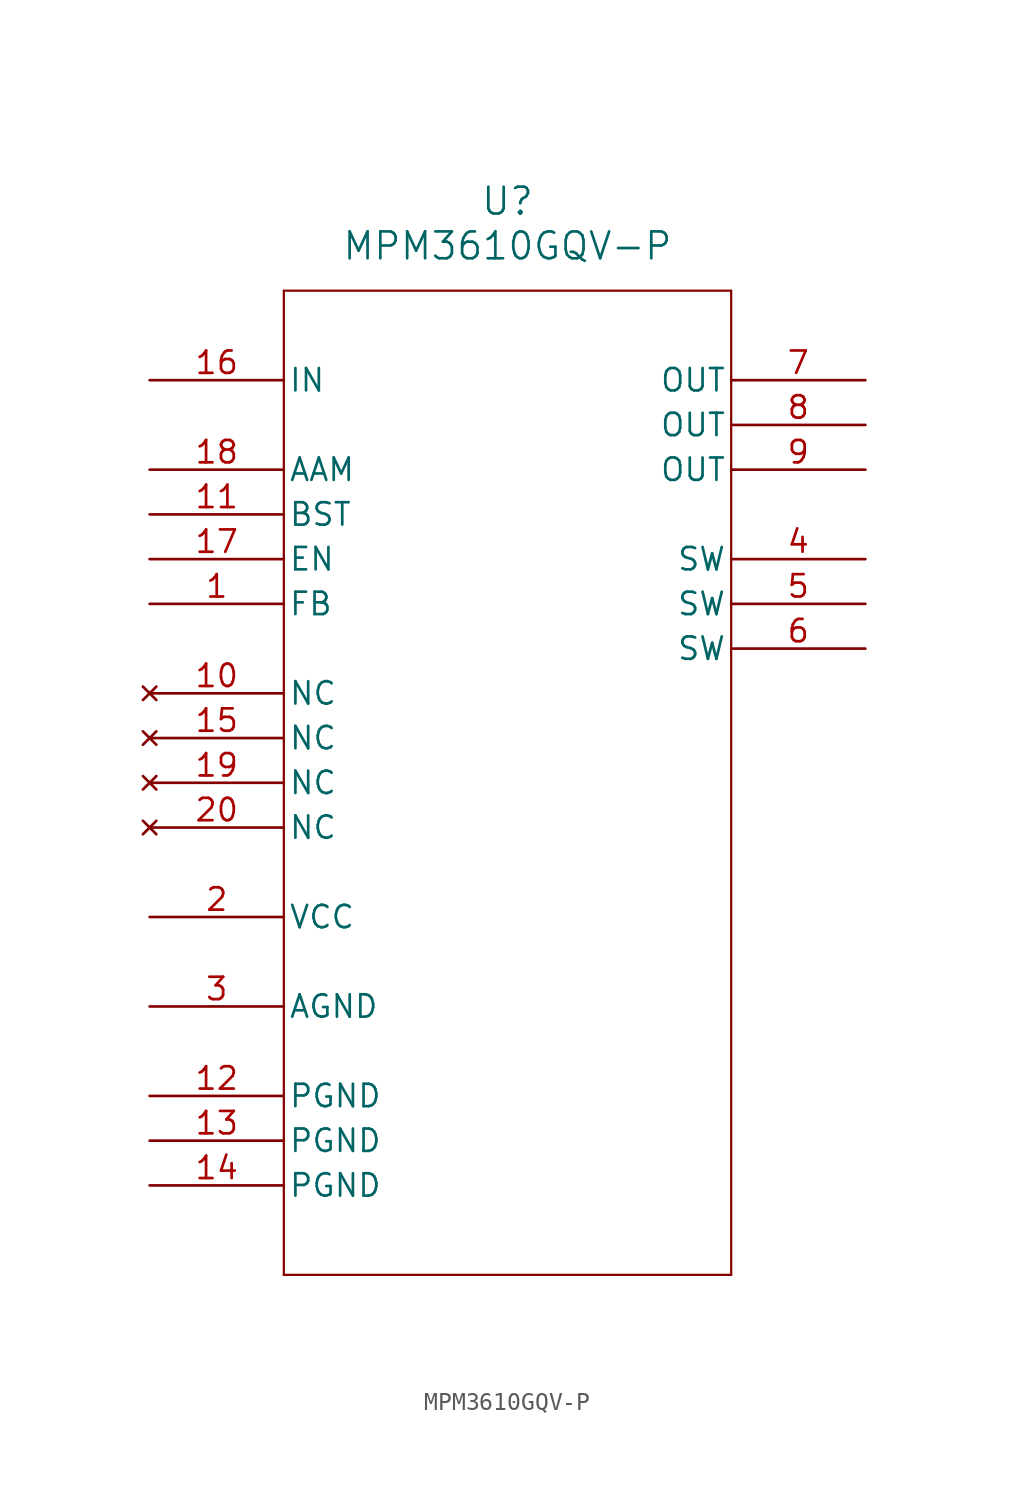
<source format=kicad_sym>
(kicad_symbol_lib
  (version 20211014)
  (generator kicad_symbol_editor)
  (symbol "MPM3610GQV-P"
    (pin_names
      (offset 0.254))
    (property "Reference" "U"
      (at 20.32 10.16 0)
      (effects (font (size 1.524 1.524))))
    (property "Value" "MPM3610GQV-P"
      (at 20.32 7.62 0)
      (effects (font (size 1.524 1.524))))
    (symbol "MPM3610GQV-P_0_1"
      (polyline (pts (xy 7.62 5.08) (xy 7.62 -50.8)) (stroke (width 0.127) (type default) (color 0 0 0 0)) (fill (type none)))
      (polyline (pts (xy 7.62 -50.8) (xy 33.02 -50.8)) (stroke (width 0.127) (type default) (color 0 0 0 0)) (fill (type none)))
      (polyline (pts (xy 33.02 -50.8) (xy 33.02 5.08)) (stroke (width 0.127) (type default) (color 0 0 0 0)) (fill (type none)))
      (polyline (pts (xy 33.02 5.08) (xy 7.62 5.08)) (stroke (width 0.127) (type default) (color 0 0 0 0)) (fill (type none)))
      (pin unspecified line (at 0 -12.7 0) (length 7.62) (name "FB" (effects (font (size 1.27 1.27)))) (number "1" (effects (font (size 1.27 1.27)))))
      (pin power_in line (at 0 -30.48 0) (length 7.62) (name "VCC" (effects (font (size 1.27 1.27)))) (number "2" (effects (font (size 1.27 1.27)))))
      (pin power_out line (at 0 -35.56 0) (length 7.62) (name "AGND" (effects (font (size 1.27 1.27)))) (number "3" (effects (font (size 1.27 1.27)))))
      (pin output line (at 40.64 -10.16 180) (length 7.62) (name "SW" (effects (font (size 1.27 1.27)))) (number "4" (effects (font (size 1.27 1.27)))))
      (pin output line (at 40.64 -12.7 180) (length 7.62) (name "SW" (effects (font (size 1.27 1.27)))) (number "5" (effects (font (size 1.27 1.27)))))
      (pin output line (at 40.64 -15.24 180) (length 7.62) (name "SW" (effects (font (size 1.27 1.27)))) (number "6" (effects (font (size 1.27 1.27)))))
      (pin output line (at 40.64 0 180) (length 7.62) (name "OUT" (effects (font (size 1.27 1.27)))) (number "7" (effects (font (size 1.27 1.27)))))
      (pin output line (at 40.64 -2.54 180) (length 7.62) (name "OUT" (effects (font (size 1.27 1.27)))) (number "8" (effects (font (size 1.27 1.27)))))
      (pin output line (at 40.64 -5.08 180) (length 7.62) (name "OUT" (effects (font (size 1.27 1.27)))) (number "9" (effects (font (size 1.27 1.27)))))
      (pin no_connect line (at 0 -17.78 0) (length 7.62) (name "NC" (effects (font (size 1.27 1.27)))) (number "10" (effects (font (size 1.27 1.27)))))
      (pin unspecified line (at 0 -7.62 0) (length 7.62) (name "BST" (effects (font (size 1.27 1.27)))) (number "11" (effects (font (size 1.27 1.27)))))
      (pin power_out line (at 0 -40.64 0) (length 7.62) (name "PGND" (effects (font (size 1.27 1.27)))) (number "12" (effects (font (size 1.27 1.27)))))
      (pin power_out line (at 0 -43.18 0) (length 7.62) (name "PGND" (effects (font (size 1.27 1.27)))) (number "13" (effects (font (size 1.27 1.27)))))
      (pin power_out line (at 0 -45.72 0) (length 7.62) (name "PGND" (effects (font (size 1.27 1.27)))) (number "14" (effects (font (size 1.27 1.27)))))
      (pin no_connect line (at 0 -20.32 0) (length 7.62) (name "NC" (effects (font (size 1.27 1.27)))) (number "15" (effects (font (size 1.27 1.27)))))
      (pin power_in line (at 0 0 0) (length 7.62) (name "IN" (effects (font (size 1.27 1.27)))) (number "16" (effects (font (size 1.27 1.27)))))
      (pin unspecified line (at 0 -10.16 0) (length 7.62) (name "EN" (effects (font (size 1.27 1.27)))) (number "17" (effects (font (size 1.27 1.27)))))
      (pin unspecified line (at 0 -5.08 0) (length 7.62) (name "AAM" (effects (font (size 1.27 1.27)))) (number "18" (effects (font (size 1.27 1.27)))))
      (pin no_connect line (at 0 -22.86 0) (length 7.62) (name "NC" (effects (font (size 1.27 1.27)))) (number "19" (effects (font (size 1.27 1.27)))))
      (pin no_connect line (at 0 -25.4 0) (length 7.62) (name "NC" (effects (font (size 1.27 1.27)))) (number "20" (effects (font (size 1.27 1.27))))))))
</source>
